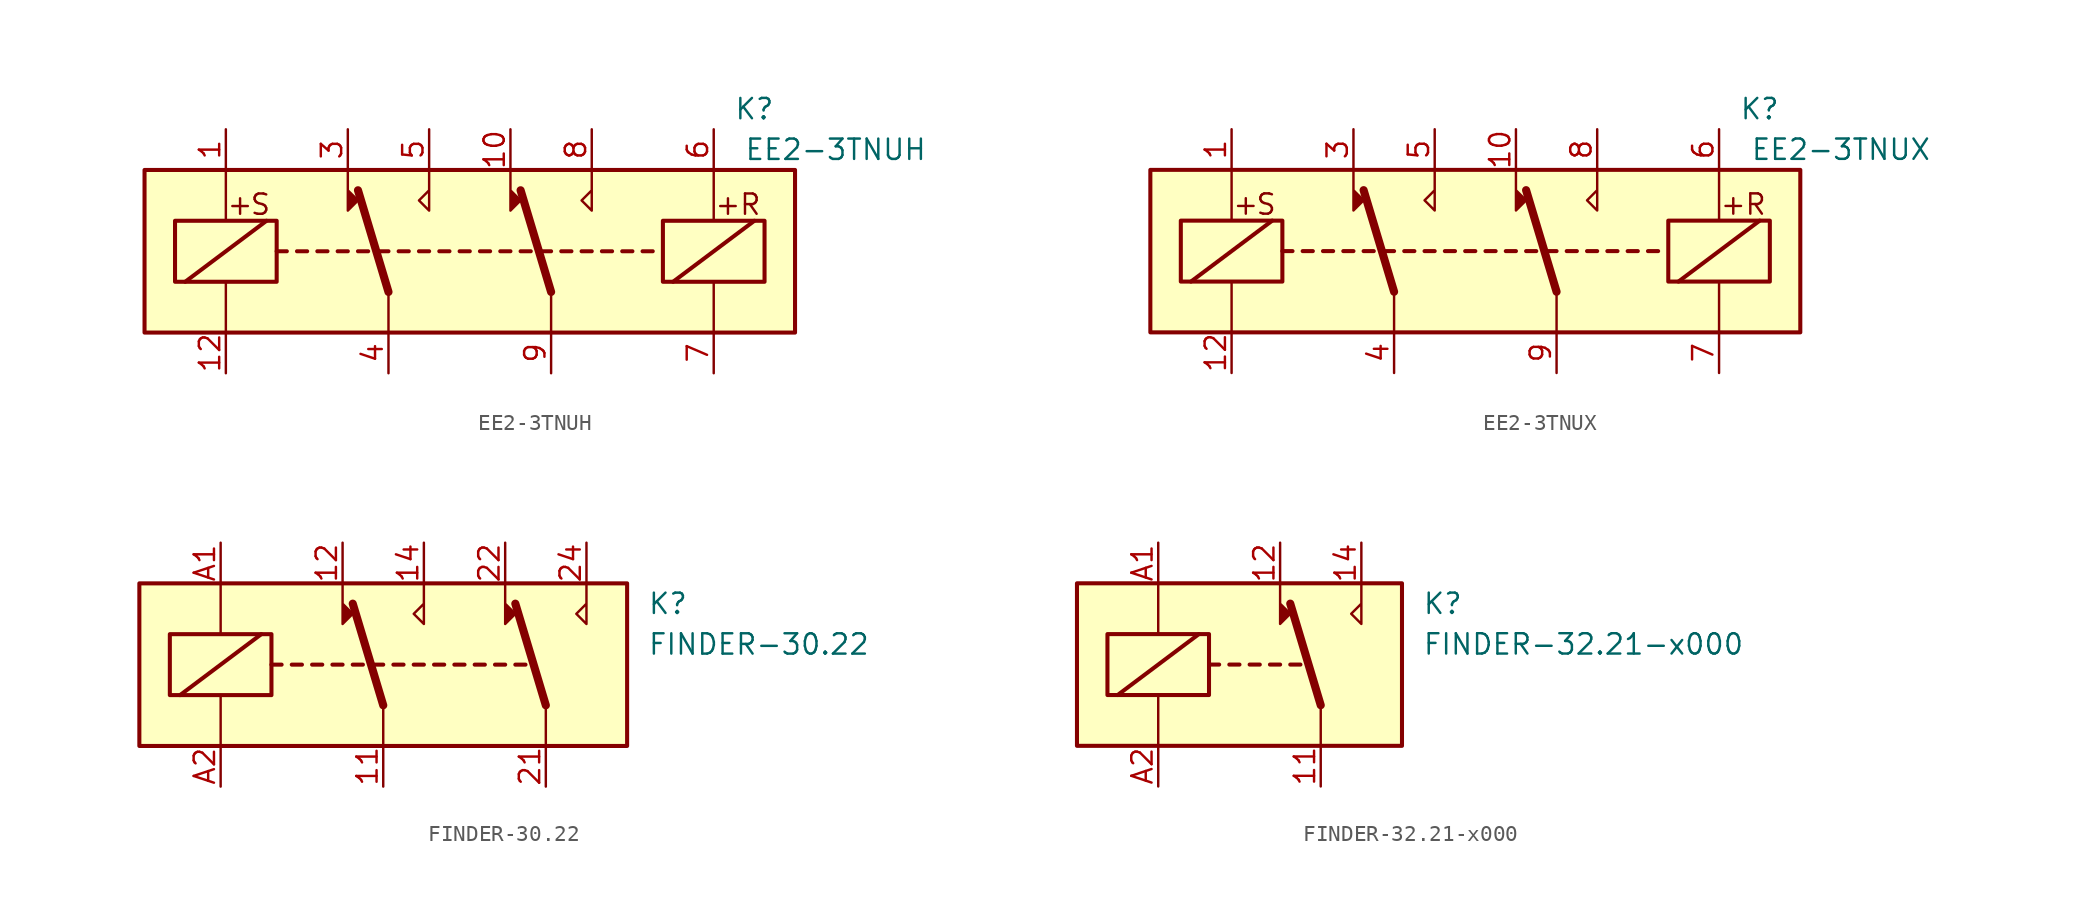
<source format=kicad_sym>
(kicad_symbol_lib
  (version 20201005)
  (generator kicad_symbol_editor)
  (symbol "EE2-3TNUH"
    (property "Reference" "K"
      (at 17.78 8.89 0)
      (effects (font (size 1.27 1.27))))
    (property "Value" "EE2-3TNUH"
      (at 22.86 6.35 0)
      (effects (font (size 1.27 1.27))))
    (symbol "EE2-3TNUH_1_1"
      (text "+" (at -14.351 2.921 0) (effects (font (size 1.27 1.27))))
      (text "+" (at 16.129 2.921 0) (effects (font (size 1.27 1.27))))
      (text "R" (at 17.526 2.921 0) (effects (font (size 1.27 1.27))))
      (text "S" (at -13.081 2.921 0) (effects (font (size 1.27 1.27))))
      (rectangle (start -18.415 1.905) (end -12.065 -1.905) (stroke (width 0.254)) (fill (type none)))
      (rectangle (start 12.065 1.905) (end 18.415 -1.905) (stroke (width 0.254)) (fill (type none)))
      (rectangle (start -20.32 5.08) (end 20.32 -5.08) (stroke (width 0.254)) (fill (type background)))
      (polyline (pts (xy -17.78 -1.905) (xy -12.7 1.905)) (stroke (width 0.254)) (fill (type none)))
      (polyline (pts (xy -15.24 -5.08) (xy -15.24 -1.905)) (stroke (width 0)) (fill (type none)))
      (polyline (pts (xy -15.24 5.08) (xy -15.24 1.905)) (stroke (width 0)) (fill (type none)))
      (polyline (pts (xy -12.065 0) (xy -11.43 0)) (stroke (width 0.254)) (fill (type none)))
      (polyline (pts (xy -10.795 0) (xy -10.16 0)) (stroke (width 0.254)) (fill (type none)))
      (polyline (pts (xy -9.525 0) (xy -8.89 0)) (stroke (width 0.254)) (fill (type none)))
      (polyline (pts (xy -8.255 0) (xy -7.62 0)) (stroke (width 0.254)) (fill (type none)))
      (polyline (pts (xy -6.985 0) (xy -6.35 0)) (stroke (width 0.254)) (fill (type none)))
      (polyline (pts (xy -5.715 0) (xy -5.08 0)) (stroke (width 0.254)) (fill (type none)))
      (polyline (pts (xy -5.08 -2.54) (xy -6.985 3.81)) (stroke (width 0.508)) (fill (type none)))
      (polyline (pts (xy -5.08 -2.54) (xy -5.08 -5.08)) (stroke (width 0)) (fill (type none)))
      (polyline (pts (xy -4.445 0) (xy -3.81 0)) (stroke (width 0.254)) (fill (type none)))
      (polyline (pts (xy -3.175 0) (xy -2.54 0)) (stroke (width 0.254)) (fill (type none)))
      (polyline (pts (xy -1.905 0) (xy -1.27 0)) (stroke (width 0.254)) (fill (type none)))
      (polyline (pts (xy -0.635 0) (xy 0 0)) (stroke (width 0.254)) (fill (type none)))
      (polyline (pts (xy 0.635 0) (xy 1.27 0)) (stroke (width 0.254)) (fill (type none)))
      (polyline (pts (xy 1.905 0) (xy 2.54 0)) (stroke (width 0.254)) (fill (type none)))
      (polyline (pts (xy 3.175 0) (xy 3.81 0)) (stroke (width 0.254)) (fill (type none)))
      (polyline (pts (xy 4.445 0) (xy 5.08 0)) (stroke (width 0.254)) (fill (type none)))
      (polyline (pts (xy 5.08 -2.54) (xy 3.175 3.81)) (stroke (width 0.508)) (fill (type none)))
      (polyline (pts (xy 5.08 -2.54) (xy 5.08 -5.08)) (stroke (width 0)) (fill (type none)))
      (polyline (pts (xy 5.715 0) (xy 6.35 0)) (stroke (width 0.254)) (fill (type none)))
      (polyline (pts (xy 6.985 0) (xy 7.62 0)) (stroke (width 0.254)) (fill (type none)))
      (polyline (pts (xy 8.255 0) (xy 8.89 0)) (stroke (width 0.254)) (fill (type none)))
      (polyline (pts (xy 9.525 0) (xy 10.16 0)) (stroke (width 0.254)) (fill (type none)))
      (polyline (pts (xy 10.795 0) (xy 11.43 0)) (stroke (width 0.254)) (fill (type none)))
      (polyline (pts (xy 12.7 -1.905) (xy 17.78 1.905)) (stroke (width 0.254)) (fill (type none)))
      (polyline (pts (xy 15.24 -5.08) (xy 15.24 -1.905)) (stroke (width 0)) (fill (type none)))
      (polyline (pts (xy 15.24 5.08) (xy 15.24 1.905)) (stroke (width 0)) (fill (type none)))
      (polyline (pts (xy -2.54 5.08) (xy -2.54 2.54) (xy -3.175 3.175) (xy -2.54 3.81)) (stroke (width 0)) (fill (type none)))
      (polyline (pts (xy 7.62 5.08) (xy 7.62 2.54) (xy 6.985 3.175) (xy 7.62 3.81)) (stroke (width 0)) (fill (type none)))
      (polyline (pts (xy -7.62 5.08) (xy -7.62 2.54) (xy -6.985 3.175) (xy -7.62 3.81)) (stroke (width 0)) (fill (type outline)))
      (polyline (pts (xy 2.54 5.08) (xy 2.54 2.54) (xy 3.175 3.175) (xy 2.54 3.81)) (stroke (width 0)) (fill (type outline)))
      (pin passive line (at -15.24 7.62 270) (length 2.54) (name "~" (effects (font (size 1.27 1.27)))) (number "1" (effects (font (size 1.27 1.27)))))
      (pin passive line (at 2.54 7.62 270) (length 2.54) (name "~" (effects (font (size 1.27 1.27)))) (number "10" (effects (font (size 1.27 1.27)))))
      (pin passive line (at -15.24 -7.62 90) (length 2.54) (name "~" (effects (font (size 1.27 1.27)))) (number "12" (effects (font (size 1.27 1.27)))))
      (pin passive line (at -7.62 7.62 270) (length 2.54) (name "~" (effects (font (size 1.27 1.27)))) (number "3" (effects (font (size 1.27 1.27)))))
      (pin passive line (at -5.08 -7.62 90) (length 2.54) (name "~" (effects (font (size 1.27 1.27)))) (number "4" (effects (font (size 1.27 1.27)))))
      (pin passive line (at -2.54 7.62 270) (length 2.54) (name "~" (effects (font (size 1.27 1.27)))) (number "5" (effects (font (size 1.27 1.27)))))
      (pin passive line (at 15.24 7.62 270) (length 2.54) (name "~" (effects (font (size 1.27 1.27)))) (number "6" (effects (font (size 1.27 1.27)))))
      (pin passive line (at 15.24 -7.62 90) (length 2.54) (name "~" (effects (font (size 1.27 1.27)))) (number "7" (effects (font (size 1.27 1.27)))))
      (pin passive line (at 7.62 7.62 270) (length 2.54) (name "~" (effects (font (size 1.27 1.27)))) (number "8" (effects (font (size 1.27 1.27)))))
      (pin passive line (at 5.08 -7.62 90) (length 2.54) (name "~" (effects (font (size 1.27 1.27)))) (number "9" (effects (font (size 1.27 1.27)))))))
  (symbol "EE2-3TNUX"
    (property "Reference" "K"
      (at 17.78 8.89 0)
      (effects (font (size 1.27 1.27))))
    (property "Value" "EE2-3TNUX"
      (at 22.86 6.35 0)
      (effects (font (size 1.27 1.27))))
    (symbol "EE2-3TNUX_1_1"
      (text "+" (at -14.351 2.921 0) (effects (font (size 1.27 1.27))))
      (text "+" (at 16.129 2.921 0) (effects (font (size 1.27 1.27))))
      (text "R" (at 17.526 2.921 0) (effects (font (size 1.27 1.27))))
      (text "S" (at -13.081 2.921 0) (effects (font (size 1.27 1.27))))
      (rectangle (start -18.415 1.905) (end -12.065 -1.905) (stroke (width 0.254)) (fill (type none)))
      (rectangle (start 12.065 1.905) (end 18.415 -1.905) (stroke (width 0.254)) (fill (type none)))
      (rectangle (start -20.32 5.08) (end 20.32 -5.08) (stroke (width 0.254)) (fill (type background)))
      (polyline (pts (xy -17.78 -1.905) (xy -12.7 1.905)) (stroke (width 0.254)) (fill (type none)))
      (polyline (pts (xy -15.24 -5.08) (xy -15.24 -1.905)) (stroke (width 0)) (fill (type none)))
      (polyline (pts (xy -15.24 5.08) (xy -15.24 1.905)) (stroke (width 0)) (fill (type none)))
      (polyline (pts (xy -12.065 0) (xy -11.43 0)) (stroke (width 0.254)) (fill (type none)))
      (polyline (pts (xy -10.795 0) (xy -10.16 0)) (stroke (width 0.254)) (fill (type none)))
      (polyline (pts (xy -9.525 0) (xy -8.89 0)) (stroke (width 0.254)) (fill (type none)))
      (polyline (pts (xy -8.255 0) (xy -7.62 0)) (stroke (width 0.254)) (fill (type none)))
      (polyline (pts (xy -6.985 0) (xy -6.35 0)) (stroke (width 0.254)) (fill (type none)))
      (polyline (pts (xy -5.715 0) (xy -5.08 0)) (stroke (width 0.254)) (fill (type none)))
      (polyline (pts (xy -5.08 -2.54) (xy -6.985 3.81)) (stroke (width 0.508)) (fill (type none)))
      (polyline (pts (xy -5.08 -2.54) (xy -5.08 -5.08)) (stroke (width 0)) (fill (type none)))
      (polyline (pts (xy -4.445 0) (xy -3.81 0)) (stroke (width 0.254)) (fill (type none)))
      (polyline (pts (xy -3.175 0) (xy -2.54 0)) (stroke (width 0.254)) (fill (type none)))
      (polyline (pts (xy -1.905 0) (xy -1.27 0)) (stroke (width 0.254)) (fill (type none)))
      (polyline (pts (xy -0.635 0) (xy 0 0)) (stroke (width 0.254)) (fill (type none)))
      (polyline (pts (xy 0.635 0) (xy 1.27 0)) (stroke (width 0.254)) (fill (type none)))
      (polyline (pts (xy 1.905 0) (xy 2.54 0)) (stroke (width 0.254)) (fill (type none)))
      (polyline (pts (xy 3.175 0) (xy 3.81 0)) (stroke (width 0.254)) (fill (type none)))
      (polyline (pts (xy 4.445 0) (xy 5.08 0)) (stroke (width 0.254)) (fill (type none)))
      (polyline (pts (xy 5.08 -2.54) (xy 3.175 3.81)) (stroke (width 0.508)) (fill (type none)))
      (polyline (pts (xy 5.08 -2.54) (xy 5.08 -5.08)) (stroke (width 0)) (fill (type none)))
      (polyline (pts (xy 5.715 0) (xy 6.35 0)) (stroke (width 0.254)) (fill (type none)))
      (polyline (pts (xy 6.985 0) (xy 7.62 0)) (stroke (width 0.254)) (fill (type none)))
      (polyline (pts (xy 8.255 0) (xy 8.89 0)) (stroke (width 0.254)) (fill (type none)))
      (polyline (pts (xy 9.525 0) (xy 10.16 0)) (stroke (width 0.254)) (fill (type none)))
      (polyline (pts (xy 10.795 0) (xy 11.43 0)) (stroke (width 0.254)) (fill (type none)))
      (polyline (pts (xy 12.7 -1.905) (xy 17.78 1.905)) (stroke (width 0.254)) (fill (type none)))
      (polyline (pts (xy 15.24 -5.08) (xy 15.24 -1.905)) (stroke (width 0)) (fill (type none)))
      (polyline (pts (xy 15.24 5.08) (xy 15.24 1.905)) (stroke (width 0)) (fill (type none)))
      (polyline (pts (xy -2.54 5.08) (xy -2.54 2.54) (xy -3.175 3.175) (xy -2.54 3.81)) (stroke (width 0)) (fill (type none)))
      (polyline (pts (xy 7.62 5.08) (xy 7.62 2.54) (xy 6.985 3.175) (xy 7.62 3.81)) (stroke (width 0)) (fill (type none)))
      (polyline (pts (xy -7.62 5.08) (xy -7.62 2.54) (xy -6.985 3.175) (xy -7.62 3.81)) (stroke (width 0)) (fill (type outline)))
      (polyline (pts (xy 2.54 5.08) (xy 2.54 2.54) (xy 3.175 3.175) (xy 2.54 3.81)) (stroke (width 0)) (fill (type outline)))
      (pin passive line (at -15.24 7.62 270) (length 2.54) (name "~" (effects (font (size 1.27 1.27)))) (number "1" (effects (font (size 1.27 1.27)))))
      (pin passive line (at 2.54 7.62 270) (length 2.54) (name "~" (effects (font (size 1.27 1.27)))) (number "10" (effects (font (size 1.27 1.27)))))
      (pin passive line (at -15.24 -7.62 90) (length 2.54) (name "~" (effects (font (size 1.27 1.27)))) (number "12" (effects (font (size 1.27 1.27)))))
      (pin passive line (at -7.62 7.62 270) (length 2.54) (name "~" (effects (font (size 1.27 1.27)))) (number "3" (effects (font (size 1.27 1.27)))))
      (pin passive line (at -5.08 -7.62 90) (length 2.54) (name "~" (effects (font (size 1.27 1.27)))) (number "4" (effects (font (size 1.27 1.27)))))
      (pin passive line (at -2.54 7.62 270) (length 2.54) (name "~" (effects (font (size 1.27 1.27)))) (number "5" (effects (font (size 1.27 1.27)))))
      (pin passive line (at 15.24 7.62 270) (length 2.54) (name "~" (effects (font (size 1.27 1.27)))) (number "6" (effects (font (size 1.27 1.27)))))
      (pin passive line (at 15.24 -7.62 90) (length 2.54) (name "~" (effects (font (size 1.27 1.27)))) (number "7" (effects (font (size 1.27 1.27)))))
      (pin passive line (at 7.62 7.62 270) (length 2.54) (name "~" (effects (font (size 1.27 1.27)))) (number "8" (effects (font (size 1.27 1.27)))))
      (pin passive line (at 5.08 -7.62 90) (length 2.54) (name "~" (effects (font (size 1.27 1.27)))) (number "9" (effects (font (size 1.27 1.27)))))))
  (symbol "FINDER-30.22"
    (property "Reference" "K"
      (at 16.51 3.81 0)
      (effects (font (size 1.27 1.27)) (justify left)))
    (property "Value" "FINDER-30.22"
      (at 16.51 1.27 0)
      (effects (font (size 1.27 1.27)) (justify left)))
    (symbol "FINDER-30.22_0_0"
      (polyline (pts (xy 2.54 5.08) (xy 2.54 2.54) (xy 1.905 3.175) (xy 2.54 3.81)) (stroke (width 0)) (fill (type none)))
      (polyline (pts (xy 12.7 5.08) (xy 12.7 2.54) (xy 12.065 3.175) (xy 12.7 3.81)) (stroke (width 0)) (fill (type none)))
      (polyline (pts (xy -2.54 5.08) (xy -2.54 2.54) (xy -1.905 3.175) (xy -2.54 3.81)) (stroke (width 0)) (fill (type outline)))
      (polyline (pts (xy 7.62 5.08) (xy 7.62 2.54) (xy 8.255 3.175) (xy 7.62 3.81)) (stroke (width 0)) (fill (type outline))))
    (symbol "FINDER-30.22_0_1"
      (rectangle (start -13.335 1.905) (end -6.985 -1.905) (stroke (width 0.254)) (fill (type none)))
      (rectangle (start -15.24 5.08) (end 15.24 -5.08) (stroke (width 0.254)) (fill (type background)))
      (polyline (pts (xy -12.7 -1.905) (xy -7.62 1.905)) (stroke (width 0.254)) (fill (type none)))
      (polyline (pts (xy -10.16 -5.08) (xy -10.16 -1.905)) (stroke (width 0)) (fill (type none)))
      (polyline (pts (xy -10.16 5.08) (xy -10.16 1.905)) (stroke (width 0)) (fill (type none)))
      (polyline (pts (xy -6.985 0) (xy -6.35 0)) (stroke (width 0.254)) (fill (type none)))
      (polyline (pts (xy -5.715 0) (xy -5.08 0)) (stroke (width 0.254)) (fill (type none)))
      (polyline (pts (xy -4.445 0) (xy -3.81 0)) (stroke (width 0.254)) (fill (type none)))
      (polyline (pts (xy -3.175 0) (xy -2.54 0)) (stroke (width 0.254)) (fill (type none)))
      (polyline (pts (xy -1.905 0) (xy -1.27 0)) (stroke (width 0.254)) (fill (type none)))
      (polyline (pts (xy -0.635 0) (xy 0 0)) (stroke (width 0.254)) (fill (type none)))
      (polyline (pts (xy 0 -2.54) (xy -1.905 3.81)) (stroke (width 0.508)) (fill (type none)))
      (polyline (pts (xy 0 -2.54) (xy 0 -5.08)) (stroke (width 0)) (fill (type none)))
      (polyline (pts (xy 0.635 0) (xy 1.27 0)) (stroke (width 0.254)) (fill (type none)))
      (polyline (pts (xy 1.905 0) (xy 2.54 0)) (stroke (width 0.254)) (fill (type none)))
      (polyline (pts (xy 3.175 0) (xy 3.81 0)) (stroke (width 0.254)) (fill (type none)))
      (polyline (pts (xy 4.445 0) (xy 5.08 0)) (stroke (width 0.254)) (fill (type none)))
      (polyline (pts (xy 5.715 0) (xy 6.35 0)) (stroke (width 0.254)) (fill (type none)))
      (polyline (pts (xy 6.985 0) (xy 7.62 0)) (stroke (width 0.254)) (fill (type none)))
      (polyline (pts (xy 8.255 0) (xy 8.89 0)) (stroke (width 0.254)) (fill (type none)))
      (polyline (pts (xy 10.16 -2.54) (xy 8.255 3.81)) (stroke (width 0.508)) (fill (type none)))
      (polyline (pts (xy 10.16 -2.54) (xy 10.16 -5.08)) (stroke (width 0)) (fill (type none))))
    (symbol "FINDER-30.22_1_1"
      (pin passive line (at 0 -7.62 90) (length 2.54) (name "~" (effects (font (size 1.27 1.27)))) (number "11" (effects (font (size 1.27 1.27)))))
      (pin passive line (at -2.54 7.62 270) (length 2.54) (name "~" (effects (font (size 1.27 1.27)))) (number "12" (effects (font (size 1.27 1.27)))))
      (pin passive line (at 2.54 7.62 270) (length 2.54) (name "~" (effects (font (size 1.27 1.27)))) (number "14" (effects (font (size 1.27 1.27)))))
      (pin passive line (at 10.16 -7.62 90) (length 2.54) (name "~" (effects (font (size 1.27 1.27)))) (number "21" (effects (font (size 1.27 1.27)))))
      (pin passive line (at 7.62 7.62 270) (length 2.54) (name "~" (effects (font (size 1.27 1.27)))) (number "22" (effects (font (size 1.27 1.27)))))
      (pin passive line (at 12.7 7.62 270) (length 2.54) (name "~" (effects (font (size 1.27 1.27)))) (number "24" (effects (font (size 1.27 1.27)))))
      (pin passive line (at -10.16 7.62 270) (length 2.54) (name "~" (effects (font (size 1.27 1.27)))) (number "A1" (effects (font (size 1.27 1.27)))))
      (pin passive line (at -10.16 -7.62 90) (length 2.54) (name "~" (effects (font (size 1.27 1.27)))) (number "A2" (effects (font (size 1.27 1.27)))))))
  (symbol "FINDER-32.21-x000"
    (property "Reference" "K"
      (at 11.43 3.81 0)
      (effects (font (size 1.27 1.27)) (justify left)))
    (property "Value" "FINDER-32.21-x000"
      (at 11.43 1.27 0)
      (effects (font (size 1.27 1.27)) (justify left)))
    (symbol "FINDER-32.21-x000_0_0"
      (polyline (pts (xy 7.62 5.08) (xy 7.62 2.54) (xy 6.985 3.175) (xy 7.62 3.81)) (stroke (width 0)) (fill (type none)))
      (polyline (pts (xy 2.54 5.08) (xy 2.54 2.54) (xy 3.175 3.175) (xy 2.54 3.81)) (stroke (width 0)) (fill (type outline))))
    (symbol "FINDER-32.21-x000_0_1"
      (rectangle (start -8.255 1.905) (end -1.905 -1.905) (stroke (width 0.254)) (fill (type none)))
      (rectangle (start -10.16 5.08) (end 10.16 -5.08) (stroke (width 0.254)) (fill (type background)))
      (polyline (pts (xy -7.62 -1.905) (xy -2.54 1.905)) (stroke (width 0.254)) (fill (type none)))
      (polyline (pts (xy -5.08 -5.08) (xy -5.08 -1.905)) (stroke (width 0)) (fill (type none)))
      (polyline (pts (xy -5.08 5.08) (xy -5.08 1.905)) (stroke (width 0)) (fill (type none)))
      (polyline (pts (xy -1.905 0) (xy -1.27 0)) (stroke (width 0.254)) (fill (type none)))
      (polyline (pts (xy -0.635 0) (xy 0 0)) (stroke (width 0.254)) (fill (type none)))
      (polyline (pts (xy 0.635 0) (xy 1.27 0)) (stroke (width 0.254)) (fill (type none)))
      (polyline (pts (xy 1.905 0) (xy 2.54 0)) (stroke (width 0.254)) (fill (type none)))
      (polyline (pts (xy 3.175 0) (xy 3.81 0)) (stroke (width 0.254)) (fill (type none)))
      (polyline (pts (xy 5.08 -2.54) (xy 3.175 3.81)) (stroke (width 0.508)) (fill (type none)))
      (polyline (pts (xy 5.08 -2.54) (xy 5.08 -5.08)) (stroke (width 0)) (fill (type none))))
    (symbol "FINDER-32.21-x000_1_1"
      (pin passive line (at 5.08 -7.62 90) (length 2.54) (name "~" (effects (font (size 1.27 1.27)))) (number "11" (effects (font (size 1.27 1.27)))))
      (pin passive line (at 2.54 7.62 270) (length 2.54) (name "~" (effects (font (size 1.27 1.27)))) (number "12" (effects (font (size 1.27 1.27)))))
      (pin passive line (at 7.62 7.62 270) (length 2.54) (name "~" (effects (font (size 1.27 1.27)))) (number "14" (effects (font (size 1.27 1.27)))))
      (pin passive line (at -5.08 7.62 270) (length 2.54) (name "~" (effects (font (size 1.27 1.27)))) (number "A1" (effects (font (size 1.27 1.27)))))
      (pin passive line (at -5.08 -7.62 90) (length 2.54) (name "~" (effects (font (size 1.27 1.27)))) (number "A2" (effects (font (size 1.27 1.27))))))))
</source>
